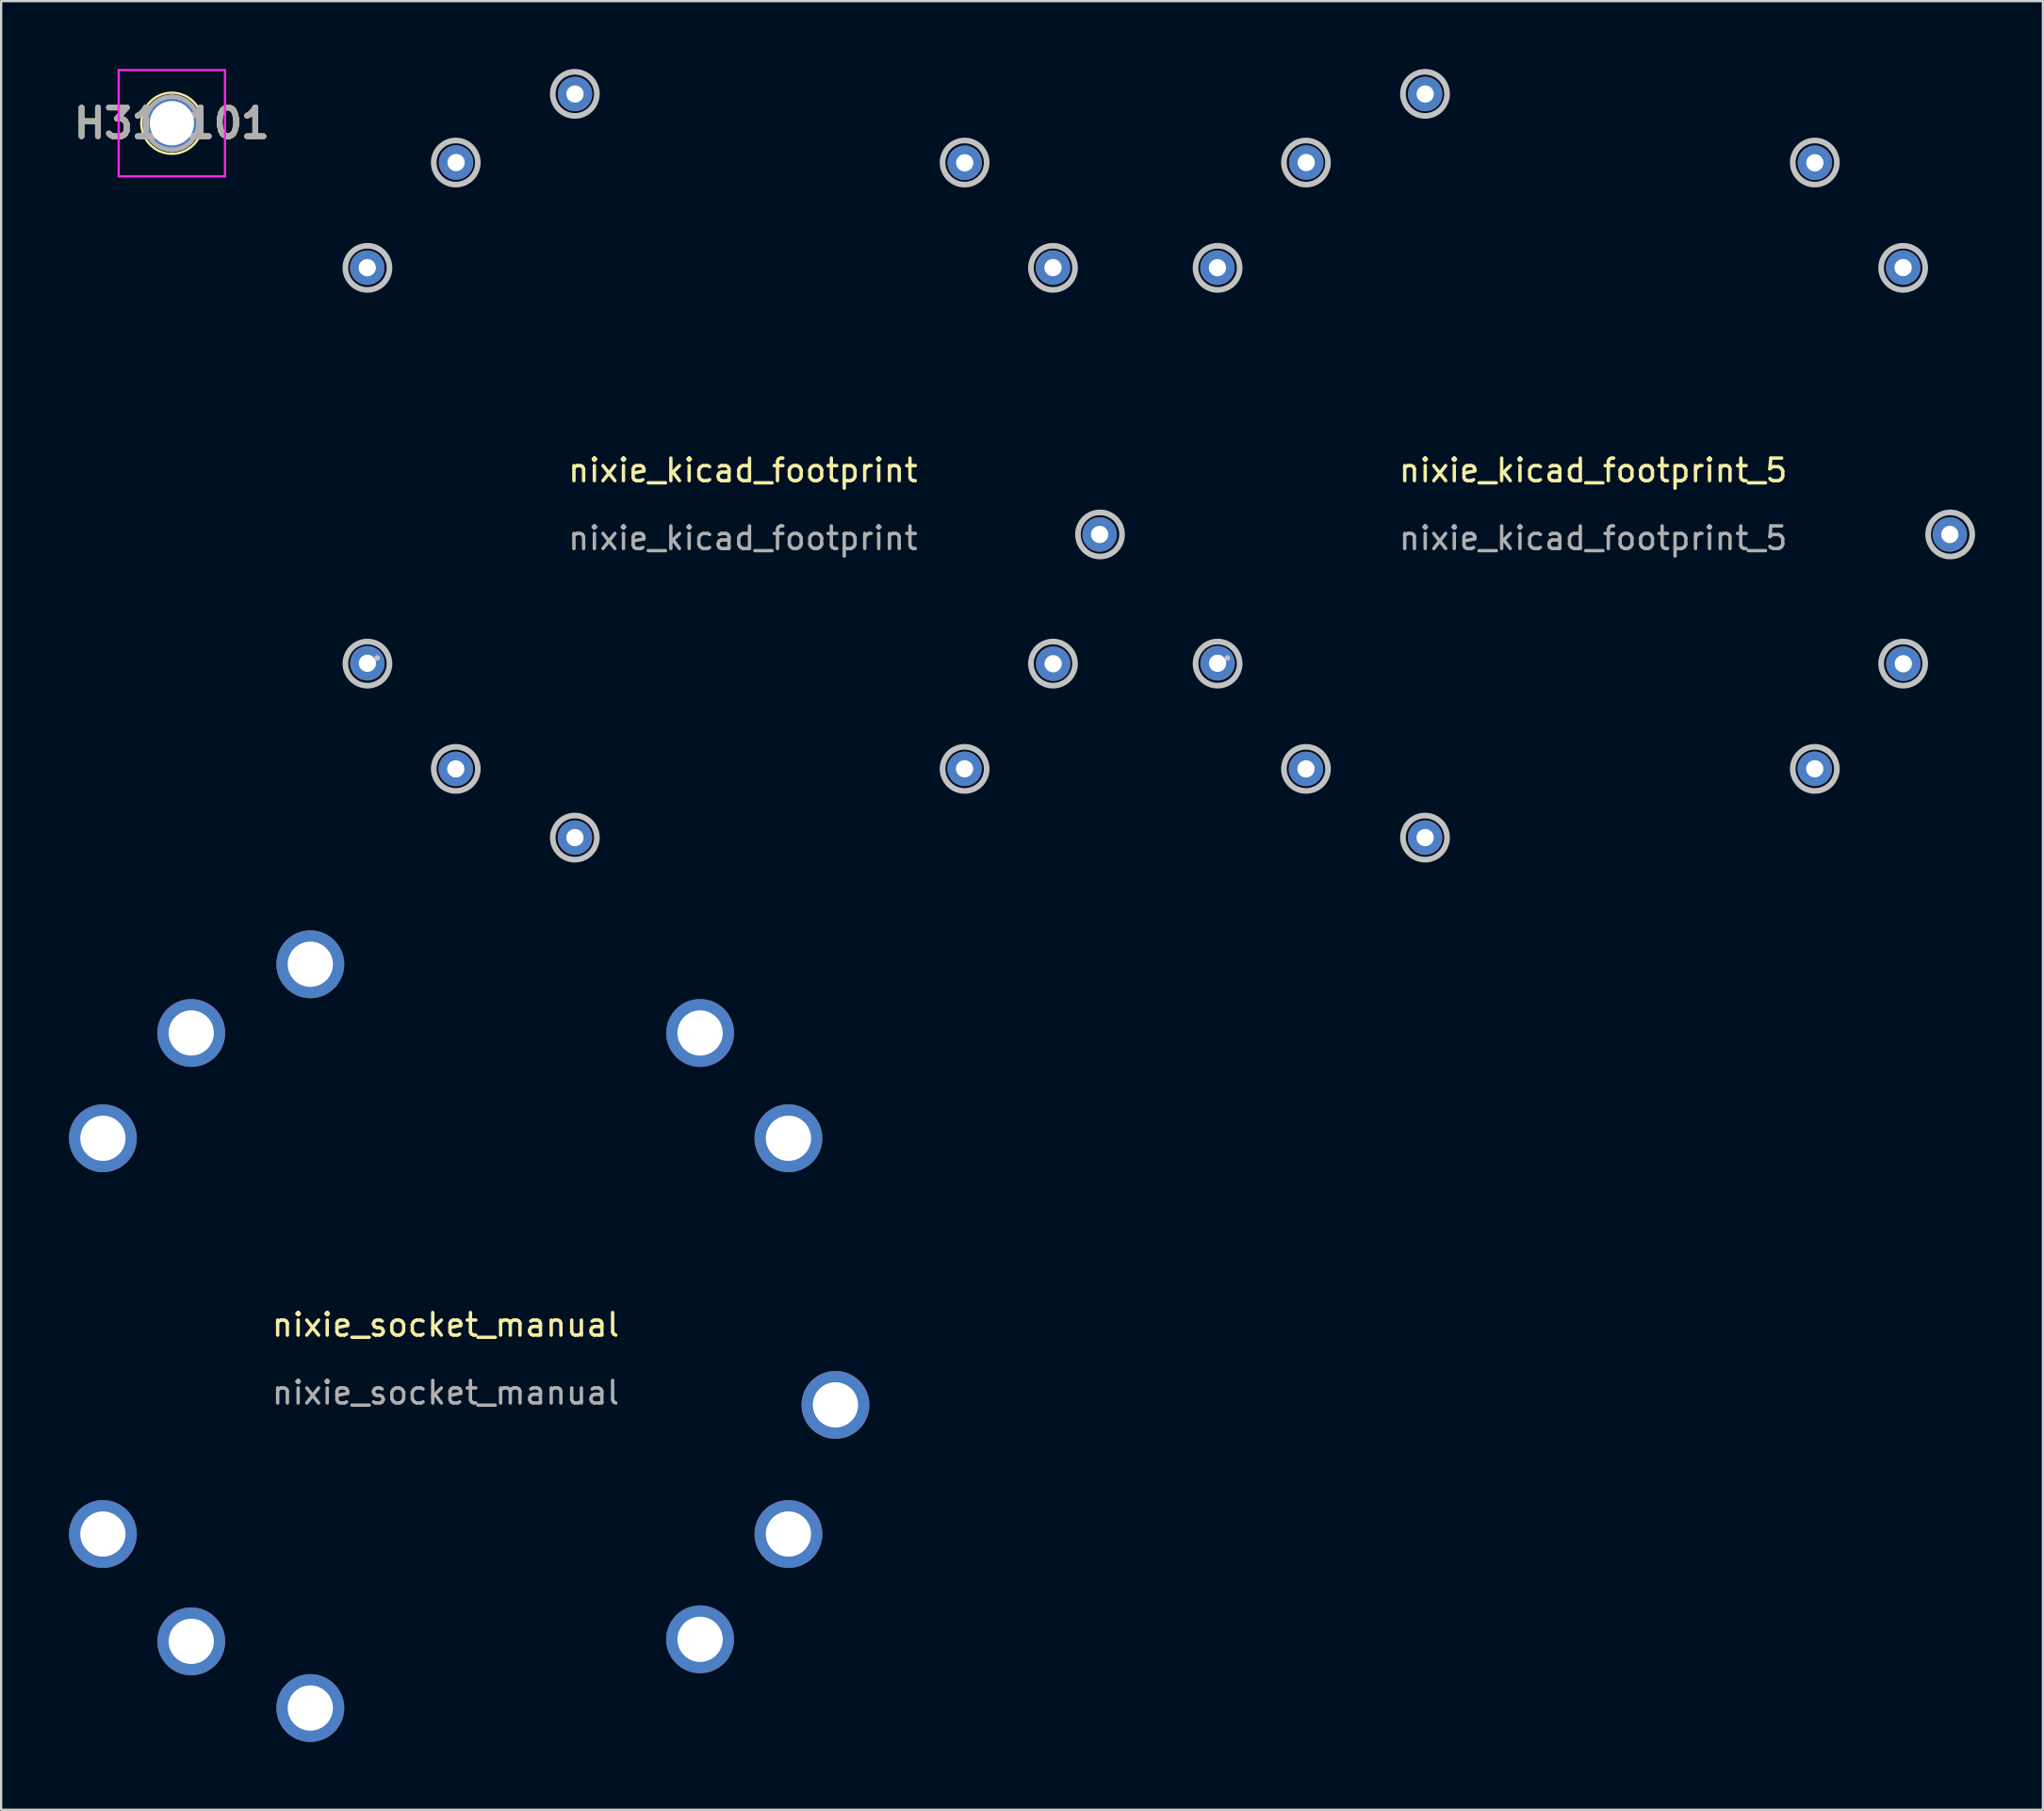
<source format=kicad_pcb>
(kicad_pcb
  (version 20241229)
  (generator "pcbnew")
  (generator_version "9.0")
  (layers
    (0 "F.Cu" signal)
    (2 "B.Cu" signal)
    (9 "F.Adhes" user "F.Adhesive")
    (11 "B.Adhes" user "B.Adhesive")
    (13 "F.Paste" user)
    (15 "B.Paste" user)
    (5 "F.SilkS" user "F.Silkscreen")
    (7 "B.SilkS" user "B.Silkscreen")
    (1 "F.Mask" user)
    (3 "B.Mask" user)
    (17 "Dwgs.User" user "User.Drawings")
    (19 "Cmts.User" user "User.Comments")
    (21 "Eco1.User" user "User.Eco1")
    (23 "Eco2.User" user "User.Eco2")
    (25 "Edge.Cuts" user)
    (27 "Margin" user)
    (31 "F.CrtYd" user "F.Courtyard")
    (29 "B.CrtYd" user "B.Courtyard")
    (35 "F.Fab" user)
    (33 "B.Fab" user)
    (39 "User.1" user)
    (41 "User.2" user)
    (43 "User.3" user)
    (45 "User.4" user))
  (footprint "nixie_kicad_footprint_5"
    (layer "F.Cu")
    (at 67.392 18.25)
    (property "Reference" "nixie_kicad_footprint_5" (at 0 -0.5 0) (unlocked yes) (layer "F.SilkS") (effects (font (size 1 1) (thickness 0.15))))
    (attr through_hole)
    (fp_line (start -16.174 7.794) (end -16.174 7.794) (stroke (width 0.25) (type solid)) (layer "Dwgs.User"))
    (fp_circle (center -16.607 -9.456) (end -15.632 -9.456) (stroke (width 0.25) (type solid)) (fill no) (layer "Dwgs.User"))
    (fp_circle (center -16.607 8.044) (end -15.632 8.044) (stroke (width 0.25) (type solid)) (fill no) (layer "Dwgs.User"))
    (fp_circle (center -12.7 -14.112) (end -11.725 -14.112) (stroke (width 0.25) (type solid)) (fill no) (layer "Dwgs.User"))
    (fp_circle (center -12.7 12.7) (end -11.725 12.7) (stroke (width 0.25) (type solid)) (fill no) (layer "Dwgs.User"))
    (fp_circle (center -7.437 -17.15) (end -6.462 -17.15) (stroke (width 0.25) (type solid)) (fill no) (layer "Dwgs.User"))
    (fp_circle (center -7.437 15.739) (end -6.462 15.739) (stroke (width 0.25) (type solid)) (fill no) (layer "Dwgs.User"))
    (fp_circle (center 9.798 -14.112) (end 10.773 -14.112) (stroke (width 0.25) (type solid)) (fill no) (layer "Dwgs.User"))
    (fp_circle (center 9.798 12.7) (end 10.773 12.7) (stroke (width 0.25) (type solid)) (fill no) (layer "Dwgs.User"))
    (fp_circle (center 13.704 -9.456) (end 14.679 -9.456) (stroke (width 0.25) (type solid)) (fill no) (layer "Dwgs.User"))
    (fp_circle (center 13.704 8.044) (end 14.679 8.044) (stroke (width 0.25) (type solid)) (fill no) (layer "Dwgs.User"))
    (fp_circle (center 15.783 2.333) (end 16.758 2.333) (stroke (width 0.25) (type solid)) (fill no) (layer "Dwgs.User"))
    (fp_text user "${REFERENCE}" (at 0 2.5 0) (unlocked yes) (layer "F.Fab") (effects (font (size 1 1) (thickness 0.15))))
    (pad "1" thru_hole circle (at -7.432 15.739) (size 1.524 1.524) (drill 0.762) (layers "*.Cu" "*.Mask"))
    (pad "2" thru_hole circle (at -16.608 8.029) (size 1.524 1.524) (drill 0.762) (layers "*.Cu" "*.Mask"))
    (pad "3" thru_hole circle (at 9.802 -14.102) (size 1.524 1.524) (drill 0.762) (layers "*.Cu" "*.Mask"))
    (pad "4" thru_hole circle (at -12.7 12.7) (size 1.524 1.524) (drill 0.762) (layers "*.Cu" "*.Mask"))
    (pad "5" thru_hole circle (at 15.767 2.334) (size 1.524 1.524) (drill 0.762) (layers "*.Cu" "*.Mask"))
    (pad "6" thru_hole circle (at -12.687 -14.113) (size 1.524 1.524) (drill 0.762) (layers "*.Cu" "*.Mask"))
    (pad "7" thru_hole circle (at 13.704 -9.467) (size 1.524 1.524) (drill 0.762) (layers "*.Cu" "*.Mask"))
    (pad "8" thru_hole circle (at 9.796 12.695) (size 1.524 1.524) (drill 0.762) (layers "*.Cu" "*.Mask"))
    (pad "9" thru_hole circle (at 13.712 8.05) (size 1.524 1.524) (drill 0.762) (layers "*.Cu" "*.Mask"))
    (pad "10" thru_hole circle (at -16.614 -9.463) (size 1.524 1.524) (drill 0.762) (layers "*.Cu" "*.Mask"))
    (pad "11" thru_hole circle (at -7.429 -17.143) (size 1.524 1.524) (drill 0.762) (layers "*.Cu" "*.Mask")))
  (footprint "nixie_kicad_footprint"
    (layer "F.Cu")
    (at 29.802 18.25)
    (property "Reference" "nixie_kicad_footprint" (at 0 -0.5 0) (unlocked yes) (layer "F.SilkS") (effects (font (size 1 1) (thickness 0.15))))
    (attr through_hole)
    (fp_line (start -16.174 7.794) (end -16.174 7.794) (stroke (width 0.25) (type solid)) (layer "Dwgs.User"))
    (fp_circle (center -16.607 -9.456) (end -15.632 -9.456) (stroke (width 0.25) (type solid)) (fill no) (layer "Dwgs.User"))
    (fp_circle (center -16.607 8.044) (end -15.632 8.044) (stroke (width 0.25) (type solid)) (fill no) (layer "Dwgs.User"))
    (fp_circle (center -12.7 -14.112) (end -11.725 -14.112) (stroke (width 0.25) (type solid)) (fill no) (layer "Dwgs.User"))
    (fp_circle (center -12.7 12.7) (end -11.725 12.7) (stroke (width 0.25) (type solid)) (fill no) (layer "Dwgs.User"))
    (fp_circle (center -7.437 -17.15) (end -6.462 -17.15) (stroke (width 0.25) (type solid)) (fill no) (layer "Dwgs.User"))
    (fp_circle (center -7.437 15.739) (end -6.462 15.739) (stroke (width 0.25) (type solid)) (fill no) (layer "Dwgs.User"))
    (fp_circle (center 9.798 -14.112) (end 10.773 -14.112) (stroke (width 0.25) (type solid)) (fill no) (layer "Dwgs.User"))
    (fp_circle (center 9.798 12.7) (end 10.773 12.7) (stroke (width 0.25) (type solid)) (fill no) (layer "Dwgs.User"))
    (fp_circle (center 13.704 -9.456) (end 14.679 -9.456) (stroke (width 0.25) (type solid)) (fill no) (layer "Dwgs.User"))
    (fp_circle (center 13.704 8.044) (end 14.679 8.044) (stroke (width 0.25) (type solid)) (fill no) (layer "Dwgs.User"))
    (fp_circle (center 15.783 2.333) (end 16.758 2.333) (stroke (width 0.25) (type solid)) (fill no) (layer "Dwgs.User"))
    (fp_text user "${REFERENCE}" (at 0 2.5 0) (unlocked yes) (layer "F.Fab") (effects (font (size 1 1) (thickness 0.15))))
    (pad "1" thru_hole circle (at -7.432 15.739) (size 1.524 1.524) (drill 0.762) (layers "*.Cu" "*.Mask"))
    (pad "2" thru_hole circle (at -16.608 8.029) (size 1.524 1.524) (drill 0.762) (layers "*.Cu" "*.Mask"))
    (pad "3" thru_hole circle (at 9.802 -14.102) (size 1.524 1.524) (drill 0.762) (layers "*.Cu" "*.Mask"))
    (pad "4" thru_hole circle (at -12.7 12.7) (size 1.524 1.524) (drill 0.762) (layers "*.Cu" "*.Mask"))
    (pad "5" thru_hole circle (at 15.767 2.334) (size 1.524 1.524) (drill 0.762) (layers "*.Cu" "*.Mask"))
    (pad "6" thru_hole circle (at -12.687 -14.113) (size 1.524 1.524) (drill 0.762) (layers "*.Cu" "*.Mask"))
    (pad "7" thru_hole circle (at 13.704 -9.467) (size 1.524 1.524) (drill 0.762) (layers "*.Cu" "*.Mask"))
    (pad "8" thru_hole circle (at 9.796 12.695) (size 1.524 1.524) (drill 0.762) (layers "*.Cu" "*.Mask"))
    (pad "9" thru_hole circle (at 13.712 8.05) (size 1.524 1.524) (drill 0.762) (layers "*.Cu" "*.Mask"))
    (pad "10" thru_hole circle (at -16.614 -9.463) (size 1.524 1.524) (drill 0.762) (layers "*.Cu" "*.Mask"))
    (pad "11" thru_hole circle (at -7.429 -17.143) (size 1.524 1.524) (drill 0.762) (layers "*.Cu" "*.Mask")))
  (footprint "nixie_socket_manual"
    (layer "F.Cu")
    (at 16.655 56.034)
    (property "Reference" "nixie_socket_manual" (at 0 -0.5 0) (unlocked yes) (layer "F.SilkS") (effects (font (size 1 1) (thickness 0.15))))
    (attr through_hole)
    (fp_text user "${REFERENCE}" (at 0 2.5 0) (unlocked yes) (layer "F.Fab") (effects (font (size 1 1) (thickness 0.15))))
    (pad "0" thru_hole circle (at 11.249 13.406) (size 3 3) (drill 2) (layers "*.Cu" "*.Mask"))
    (pad "1" thru_hole circle (at -15.155 8.75) (size 3 3) (drill 2) (layers "*.Cu" "*.Mask"))
    (pad "2" thru_hole circle (at -5.985 16.445) (size 3 3) (drill 2) (layers "*.Cu" "*.Mask"))
    (pad "3" thru_hole circle (at 15.155 -8.75) (size 3 3) (drill 2) (layers "*.Cu" "*.Mask"))
    (pad "4" thru_hole circle (at -11.249 13.496) (size 3 3) (drill 2) (layers "*.Cu" "*.Mask"))
    (pad "5" thru_hole circle (at -5.985 -16.445) (size 3 3) (drill 2) (layers "*.Cu" "*.Mask"))
    (pad "6" thru_hole circle (at 15.155 8.75) (size 3 3) (drill 2) (layers "*.Cu" "*.Mask"))
    (pad "7" thru_hole circle (at 11.249 -13.406) (size 3 3) (drill 2) (layers "*.Cu" "*.Mask"))
    (pad "8" thru_hole circle (at -15.155 -8.75) (size 3 3) (drill 2) (layers "*.Cu" "*.Mask"))
    (pad "9" thru_hole circle (at -11.249 -13.406) (size 3 3) (drill 2) (layers "*.Cu" "*.Mask"))
    (pad "10" thru_hole circle (at 17.234 3.039) (size 3 3) (drill 2) (layers "*.Cu" "*.Mask")))
  (footprint "H316101"
    (layer "F.Cu")
    (at 4.548 2.4)
    (property "Reference" "H316101" (at 0 0 0) (layer "F.SilkS") (effects (font (size 1.27 1.27) (thickness 0.254))))
    (attr through_hole)
    (fp_line (start -1.35 0) (end -1.35 0) (stroke (width 0.1) (type solid)) (layer "F.SilkS"))
    (fp_line (start 1.35 0) (end 1.35 0) (stroke (width 0.1) (type solid)) (layer "F.SilkS"))
    (fp_arc (start -1.35 0) (mid 0 -1.35) (end 1.35 0) (stroke (width 0.1) (type solid)) (layer "F.SilkS"))
    (fp_arc (start 1.35 0) (mid 0 1.35) (end -1.35 0) (stroke (width 0.1) (type solid)) (layer "F.SilkS"))
    (fp_line (start -2.35 -2.35) (end 2.35 -2.35) (stroke (width 0.1) (type solid)) (layer "F.CrtYd"))
    (fp_line (start -2.35 2.35) (end -2.35 -2.35) (stroke (width 0.1) (type solid)) (layer "F.CrtYd"))
    (fp_line (start 2.35 -2.35) (end 2.35 2.35) (stroke (width 0.1) (type solid)) (layer "F.CrtYd"))
    (fp_line (start 2.35 2.35) (end -2.35 2.35) (stroke (width 0.1) (type solid)) (layer "F.CrtYd"))
    (fp_line (start 0 -1.175) (end 0 -1.175) (stroke (width 0.2) (type solid)) (layer "F.Fab"))
    (fp_line (start 0 1.175) (end 0 1.175) (stroke (width 0.2) (type solid)) (layer "F.Fab"))
    (fp_arc (start 0 -1.175) (mid 1.175 0) (end 0 1.175) (stroke (width 0.2) (type solid)) (layer "F.Fab"))
    (fp_arc (start 0 1.175) (mid -1.175 0) (end 0 -1.175) (stroke (width 0.2) (type solid)) (layer "F.Fab"))
    (fp_text user "${REFERENCE}" (at 0 0 0) (layer "F.Fab") (effects (font (size 1.27 1.27) (thickness 0.254))))
    (pad "1" thru_hole circle (at 0 0) (size 2.2 2.2) (drill 1.96) (layers "*.Cu" "*.Mask")))
  (gr_rect
    (start -3 -3)
    (end 87.275 76.978)
    (stroke (width 0.1) (type default))
    (fill no)
    (layer "Edge.Cuts")))
</source>
